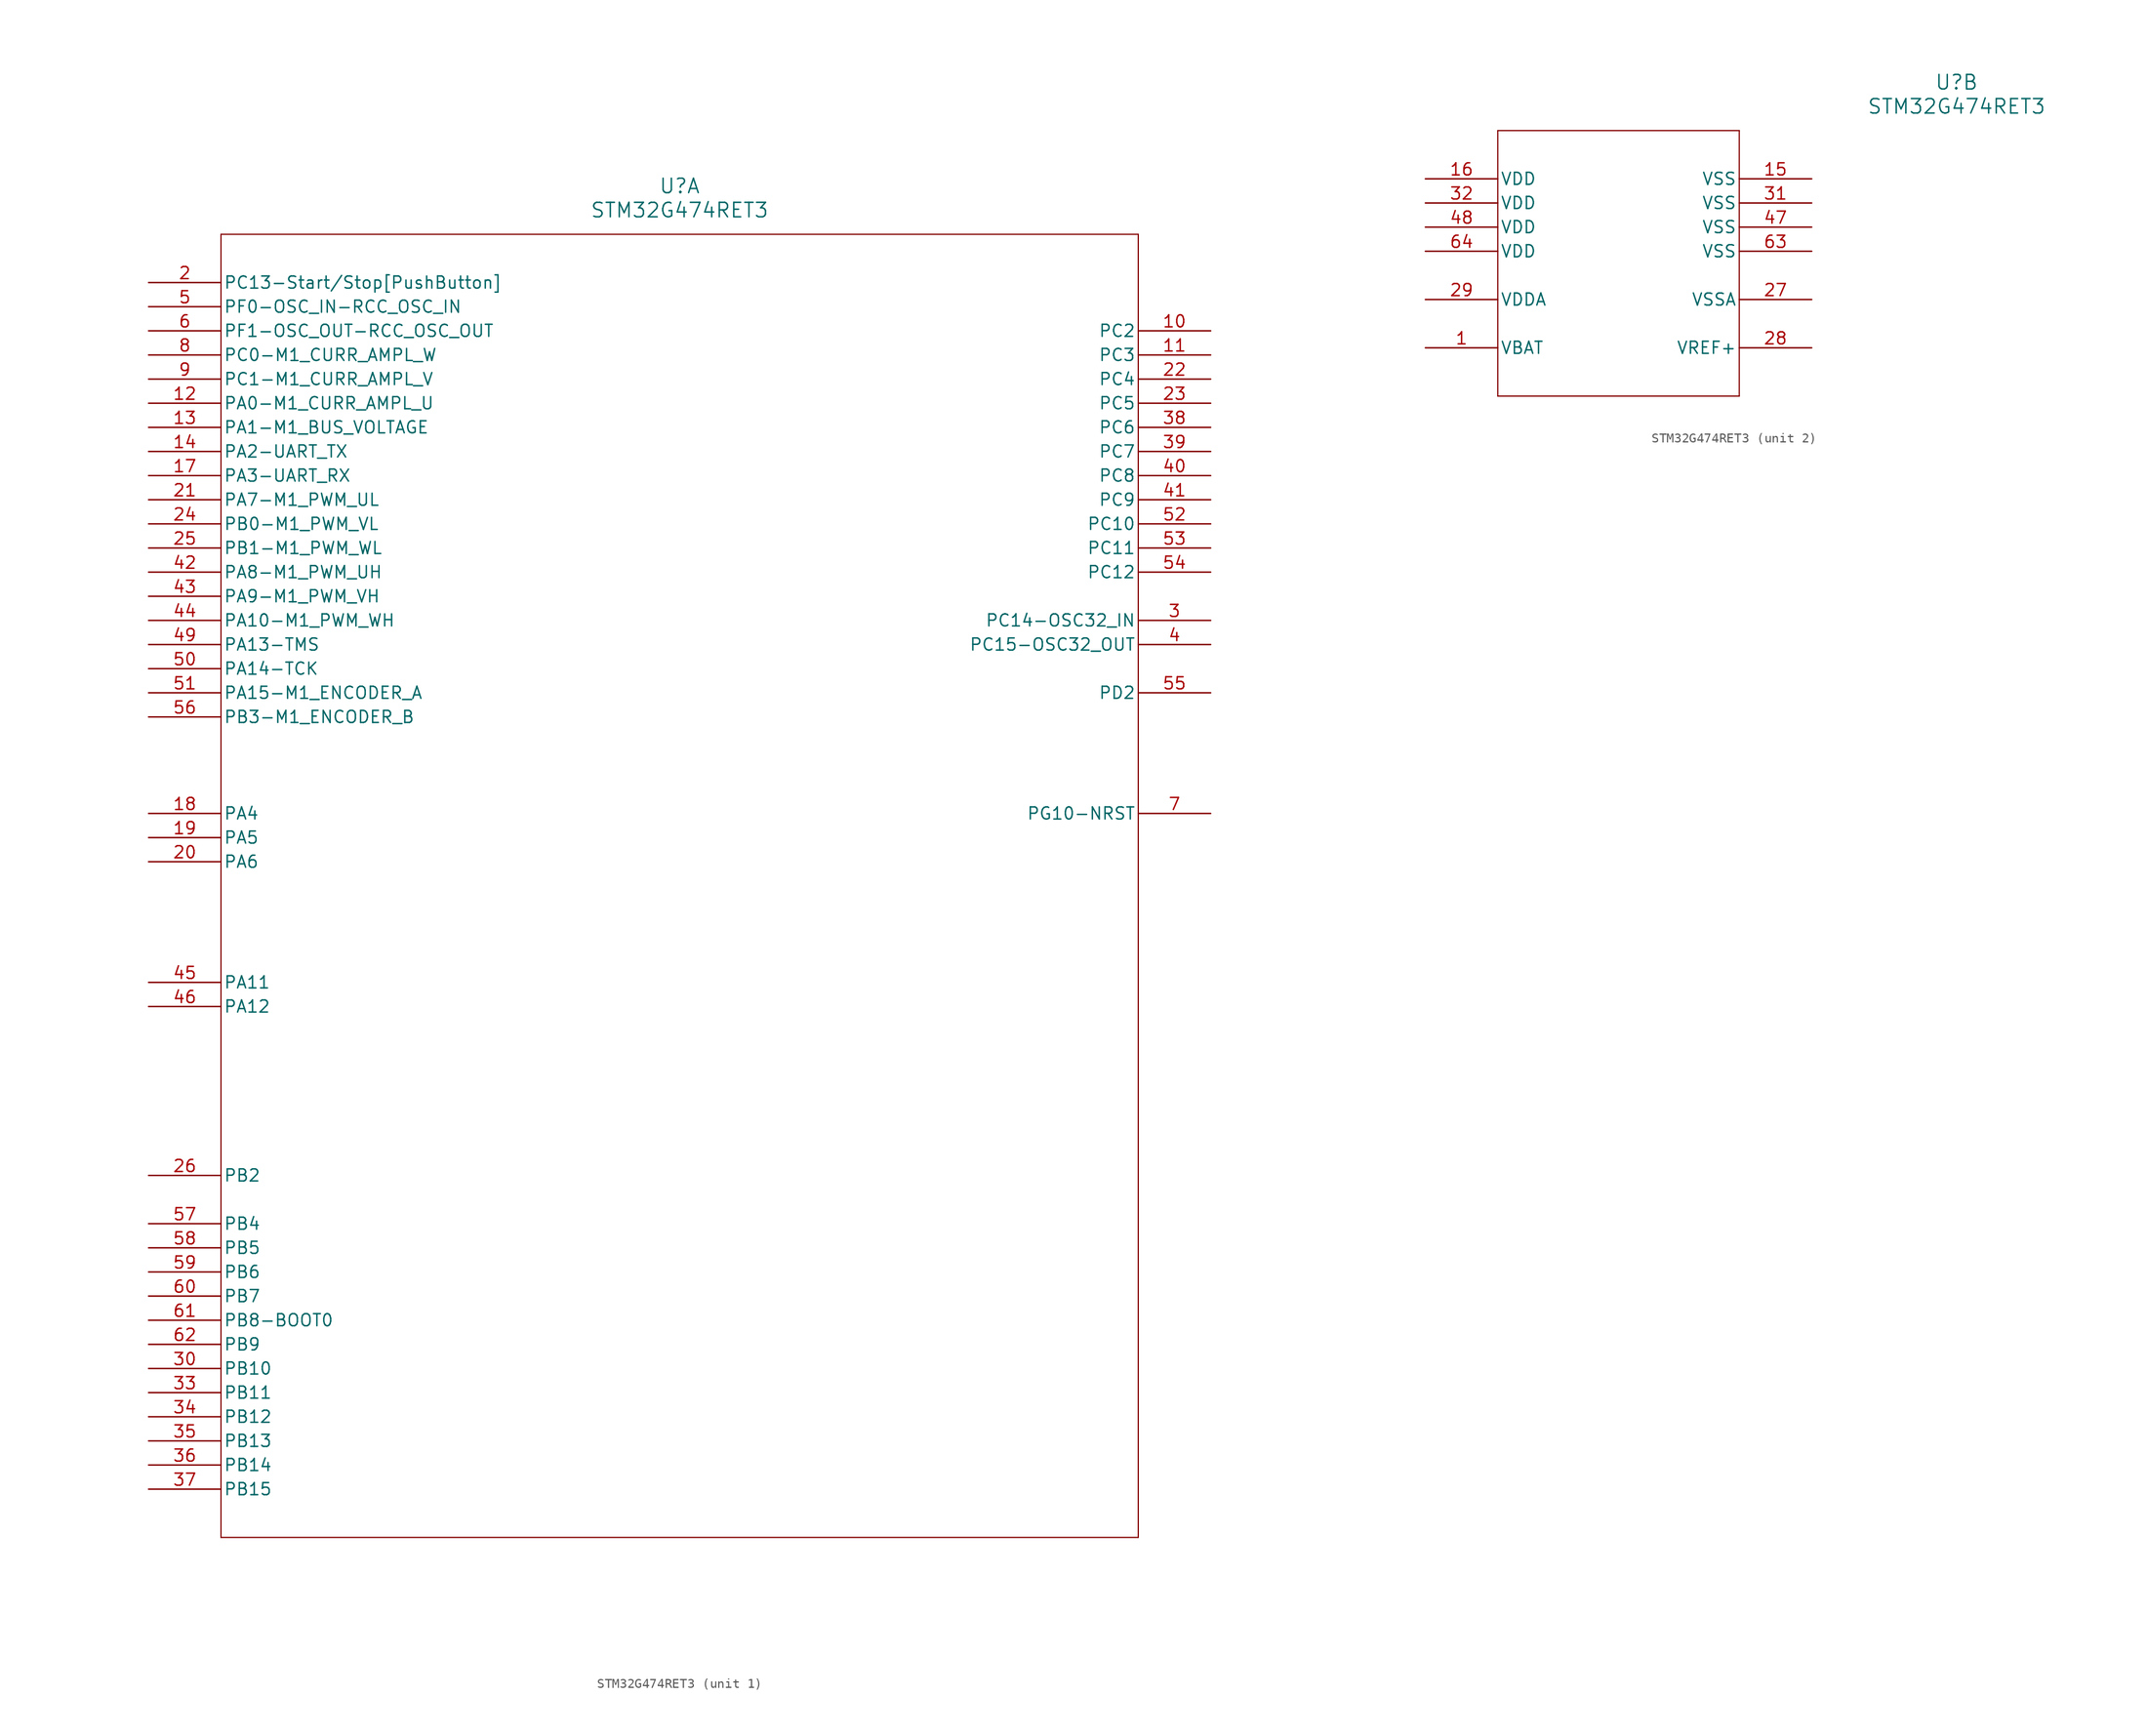
<source format=kicad_sym>
(kicad_symbol_lib
  (version 20211014)
  (generator kicad_symbol_editor)
  (symbol "STM32G474RET3"
    (pin_names
      (offset 0.254))
    (property "Reference" "U"
      (at 55.88 10.16 0)
      (effects (font (size 1.524 1.524))))
    (property "Value" "STM32G474RET3"
      (at 55.88 7.62 0)
      (effects (font (size 1.524 1.524))))
    (symbol "STM32G474RET3_1_1"
      (polyline (pts (xy 7.62 5.08) (xy 7.62 -132.08)) (stroke (width 0.127) (type default) (color 0 0 0 0)) (fill (type none)))
      (polyline (pts (xy 7.62 -132.08) (xy 104.14 -132.08)) (stroke (width 0.127) (type default) (color 0 0 0 0)) (fill (type none)))
      (polyline (pts (xy 104.14 -132.08) (xy 104.14 5.08)) (stroke (width 0.127) (type default) (color 0 0 0 0)) (fill (type none)))
      (polyline (pts (xy 104.14 5.08) (xy 7.62 5.08)) (stroke (width 0.127) (type default) (color 0 0 0 0)) (fill (type none)))
      (pin unspecified line (at 0 0 0) (length 7.62) (name "PC13-Start/Stop[PushButton]" (effects (font (size 1.27 1.27)))) (number "2" (effects (font (size 1.27 1.27)))))
      (pin bidirectional line (at 111.76 -35.56 180) (length 7.62) (name "PC14-OSC32_IN" (effects (font (size 1.27 1.27)))) (number "3" (effects (font (size 1.27 1.27)))))
      (pin bidirectional line (at 111.76 -38.1 180) (length 7.62) (name "PC15-OSC32_OUT" (effects (font (size 1.27 1.27)))) (number "4" (effects (font (size 1.27 1.27)))))
      (pin unspecified line (at 0 -2.54 0) (length 7.62) (name "PF0-OSC_IN-RCC_OSC_IN" (effects (font (size 1.27 1.27)))) (number "5" (effects (font (size 1.27 1.27)))))
      (pin unspecified line (at 0 -5.08 0) (length 7.62) (name "PF1-OSC_OUT-RCC_OSC_OUT" (effects (font (size 1.27 1.27)))) (number "6" (effects (font (size 1.27 1.27)))))
      (pin bidirectional line (at 111.76 -55.88 180) (length 7.62) (name "PG10-NRST" (effects (font (size 1.27 1.27)))) (number "7" (effects (font (size 1.27 1.27)))))
      (pin unspecified line (at 0 -7.62 0) (length 7.62) (name "PC0-M1_CURR_AMPL_W" (effects (font (size 1.27 1.27)))) (number "8" (effects (font (size 1.27 1.27)))))
      (pin unspecified line (at 0 -10.16 0) (length 7.62) (name "PC1-M1_CURR_AMPL_V" (effects (font (size 1.27 1.27)))) (number "9" (effects (font (size 1.27 1.27)))))
      (pin bidirectional line (at 111.76 -5.08 180) (length 7.62) (name "PC2" (effects (font (size 1.27 1.27)))) (number "10" (effects (font (size 1.27 1.27)))))
      (pin bidirectional line (at 111.76 -7.62 180) (length 7.62) (name "PC3" (effects (font (size 1.27 1.27)))) (number "11" (effects (font (size 1.27 1.27)))))
      (pin unspecified line (at 0 -12.7 0) (length 7.62) (name "PA0-M1_CURR_AMPL_U" (effects (font (size 1.27 1.27)))) (number "12" (effects (font (size 1.27 1.27)))))
      (pin unspecified line (at 0 -15.24 0) (length 7.62) (name "PA1-M1_BUS_VOLTAGE" (effects (font (size 1.27 1.27)))) (number "13" (effects (font (size 1.27 1.27)))))
      (pin unspecified line (at 0 -17.78 0) (length 7.62) (name "PA2-UART_TX" (effects (font (size 1.27 1.27)))) (number "14" (effects (font (size 1.27 1.27)))))
      (pin unspecified line (at 0 -20.32 0) (length 7.62) (name "PA3-UART_RX" (effects (font (size 1.27 1.27)))) (number "17" (effects (font (size 1.27 1.27)))))
      (pin bidirectional line (at 0 -55.88 0) (length 7.62) (name "PA4" (effects (font (size 1.27 1.27)))) (number "18" (effects (font (size 1.27 1.27)))))
      (pin bidirectional line (at 0 -58.42 0) (length 7.62) (name "PA5" (effects (font (size 1.27 1.27)))) (number "19" (effects (font (size 1.27 1.27)))))
      (pin bidirectional line (at 0 -60.96 0) (length 7.62) (name "PA6" (effects (font (size 1.27 1.27)))) (number "20" (effects (font (size 1.27 1.27)))))
      (pin unspecified line (at 0 -22.86 0) (length 7.62) (name "PA7-M1_PWM_UL" (effects (font (size 1.27 1.27)))) (number "21" (effects (font (size 1.27 1.27)))))
      (pin bidirectional line (at 111.76 -10.16 180) (length 7.62) (name "PC4" (effects (font (size 1.27 1.27)))) (number "22" (effects (font (size 1.27 1.27)))))
      (pin bidirectional line (at 111.76 -12.7 180) (length 7.62) (name "PC5" (effects (font (size 1.27 1.27)))) (number "23" (effects (font (size 1.27 1.27)))))
      (pin unspecified line (at 0 -25.4 0) (length 7.62) (name "PB0-M1_PWM_VL" (effects (font (size 1.27 1.27)))) (number "24" (effects (font (size 1.27 1.27)))))
      (pin unspecified line (at 0 -27.94 0) (length 7.62) (name "PB1-M1_PWM_WL" (effects (font (size 1.27 1.27)))) (number "25" (effects (font (size 1.27 1.27)))))
      (pin bidirectional line (at 0 -93.98 0) (length 7.62) (name "PB2" (effects (font (size 1.27 1.27)))) (number "26" (effects (font (size 1.27 1.27)))))
      (pin bidirectional line (at 0 -114.3 0) (length 7.62) (name "PB10" (effects (font (size 1.27 1.27)))) (number "30" (effects (font (size 1.27 1.27)))))
      (pin bidirectional line (at 0 -116.84 0) (length 7.62) (name "PB11" (effects (font (size 1.27 1.27)))) (number "33" (effects (font (size 1.27 1.27)))))
      (pin bidirectional line (at 0 -119.38 0) (length 7.62) (name "PB12" (effects (font (size 1.27 1.27)))) (number "34" (effects (font (size 1.27 1.27)))))
      (pin bidirectional line (at 0 -121.92 0) (length 7.62) (name "PB13" (effects (font (size 1.27 1.27)))) (number "35" (effects (font (size 1.27 1.27)))))
      (pin bidirectional line (at 0 -124.46 0) (length 7.62) (name "PB14" (effects (font (size 1.27 1.27)))) (number "36" (effects (font (size 1.27 1.27)))))
      (pin bidirectional line (at 0 -127 0) (length 7.62) (name "PB15" (effects (font (size 1.27 1.27)))) (number "37" (effects (font (size 1.27 1.27)))))
      (pin bidirectional line (at 111.76 -15.24 180) (length 7.62) (name "PC6" (effects (font (size 1.27 1.27)))) (number "38" (effects (font (size 1.27 1.27)))))
      (pin bidirectional line (at 111.76 -17.78 180) (length 7.62) (name "PC7" (effects (font (size 1.27 1.27)))) (number "39" (effects (font (size 1.27 1.27)))))
      (pin bidirectional line (at 111.76 -20.32 180) (length 7.62) (name "PC8" (effects (font (size 1.27 1.27)))) (number "40" (effects (font (size 1.27 1.27)))))
      (pin bidirectional line (at 111.76 -22.86 180) (length 7.62) (name "PC9" (effects (font (size 1.27 1.27)))) (number "41" (effects (font (size 1.27 1.27)))))
      (pin unspecified line (at 0 -30.48 0) (length 7.62) (name "PA8-M1_PWM_UH" (effects (font (size 1.27 1.27)))) (number "42" (effects (font (size 1.27 1.27)))))
      (pin unspecified line (at 0 -33.02 0) (length 7.62) (name "PA9-M1_PWM_VH" (effects (font (size 1.27 1.27)))) (number "43" (effects (font (size 1.27 1.27)))))
      (pin unspecified line (at 0 -35.56 0) (length 7.62) (name "PA10-M1_PWM_WH" (effects (font (size 1.27 1.27)))) (number "44" (effects (font (size 1.27 1.27)))))
      (pin bidirectional line (at 0 -73.66 0) (length 7.62) (name "PA11" (effects (font (size 1.27 1.27)))) (number "45" (effects (font (size 1.27 1.27)))))
      (pin bidirectional line (at 0 -76.2 0) (length 7.62) (name "PA12" (effects (font (size 1.27 1.27)))) (number "46" (effects (font (size 1.27 1.27)))))
      (pin unspecified line (at 0 -38.1 0) (length 7.62) (name "PA13-TMS" (effects (font (size 1.27 1.27)))) (number "49" (effects (font (size 1.27 1.27)))))
      (pin unspecified line (at 0 -40.64 0) (length 7.62) (name "PA14-TCK" (effects (font (size 1.27 1.27)))) (number "50" (effects (font (size 1.27 1.27)))))
      (pin unspecified line (at 0 -43.18 0) (length 7.62) (name "PA15-M1_ENCODER_A" (effects (font (size 1.27 1.27)))) (number "51" (effects (font (size 1.27 1.27)))))
      (pin bidirectional line (at 111.76 -25.4 180) (length 7.62) (name "PC10" (effects (font (size 1.27 1.27)))) (number "52" (effects (font (size 1.27 1.27)))))
      (pin bidirectional line (at 111.76 -27.94 180) (length 7.62) (name "PC11" (effects (font (size 1.27 1.27)))) (number "53" (effects (font (size 1.27 1.27)))))
      (pin bidirectional line (at 111.76 -30.48 180) (length 7.62) (name "PC12" (effects (font (size 1.27 1.27)))) (number "54" (effects (font (size 1.27 1.27)))))
      (pin bidirectional line (at 111.76 -43.18 180) (length 7.62) (name "PD2" (effects (font (size 1.27 1.27)))) (number "55" (effects (font (size 1.27 1.27)))))
      (pin unspecified line (at 0 -45.72 0) (length 7.62) (name "PB3-M1_ENCODER_B" (effects (font (size 1.27 1.27)))) (number "56" (effects (font (size 1.27 1.27)))))
      (pin bidirectional line (at 0 -99.06 0) (length 7.62) (name "PB4" (effects (font (size 1.27 1.27)))) (number "57" (effects (font (size 1.27 1.27)))))
      (pin bidirectional line (at 0 -101.6 0) (length 7.62) (name "PB5" (effects (font (size 1.27 1.27)))) (number "58" (effects (font (size 1.27 1.27)))))
      (pin bidirectional line (at 0 -104.14 0) (length 7.62) (name "PB6" (effects (font (size 1.27 1.27)))) (number "59" (effects (font (size 1.27 1.27)))))
      (pin bidirectional line (at 0 -106.68 0) (length 7.62) (name "PB7" (effects (font (size 1.27 1.27)))) (number "60" (effects (font (size 1.27 1.27)))))
      (pin bidirectional line (at 0 -109.22 0) (length 7.62) (name "PB8-BOOT0" (effects (font (size 1.27 1.27)))) (number "61" (effects (font (size 1.27 1.27)))))
      (pin bidirectional line (at 0 -111.76 0) (length 7.62) (name "PB9" (effects (font (size 1.27 1.27)))) (number "62" (effects (font (size 1.27 1.27))))))
    (symbol "STM32G474RET3_2_1"
      (polyline (pts (xy 7.62 5.08) (xy 7.62 -22.86)) (stroke (width 0.127) (type default) (color 0 0 0 0)) (fill (type none)))
      (polyline (pts (xy 7.62 -22.86) (xy 33.02 -22.86)) (stroke (width 0.127) (type default) (color 0 0 0 0)) (fill (type none)))
      (polyline (pts (xy 33.02 -22.86) (xy 33.02 5.08)) (stroke (width 0.127) (type default) (color 0 0 0 0)) (fill (type none)))
      (polyline (pts (xy 33.02 5.08) (xy 7.62 5.08)) (stroke (width 0.127) (type default) (color 0 0 0 0)) (fill (type none)))
      (pin power_in line (at 0 -17.78 0) (length 7.62) (name "VBAT" (effects (font (size 1.27 1.27)))) (number "1" (effects (font (size 1.27 1.27)))))
      (pin power_in line (at 40.64 0 180) (length 7.62) (name "VSS" (effects (font (size 1.27 1.27)))) (number "15" (effects (font (size 1.27 1.27)))))
      (pin power_in line (at 0 0 0) (length 7.62) (name "VDD" (effects (font (size 1.27 1.27)))) (number "16" (effects (font (size 1.27 1.27)))))
      (pin power_in line (at 40.64 -12.7 180) (length 7.62) (name "VSSA" (effects (font (size 1.27 1.27)))) (number "27" (effects (font (size 1.27 1.27)))))
      (pin power_in line (at 40.64 -17.78 180) (length 7.62) (name "VREF+" (effects (font (size 1.27 1.27)))) (number "28" (effects (font (size 1.27 1.27)))))
      (pin power_in line (at 0 -12.7 0) (length 7.62) (name "VDDA" (effects (font (size 1.27 1.27)))) (number "29" (effects (font (size 1.27 1.27)))))
      (pin power_in line (at 40.64 -2.54 180) (length 7.62) (name "VSS" (effects (font (size 1.27 1.27)))) (number "31" (effects (font (size 1.27 1.27)))))
      (pin power_in line (at 0 -2.54 0) (length 7.62) (name "VDD" (effects (font (size 1.27 1.27)))) (number "32" (effects (font (size 1.27 1.27)))))
      (pin power_in line (at 40.64 -5.08 180) (length 7.62) (name "VSS" (effects (font (size 1.27 1.27)))) (number "47" (effects (font (size 1.27 1.27)))))
      (pin power_in line (at 0 -5.08 0) (length 7.62) (name "VDD" (effects (font (size 1.27 1.27)))) (number "48" (effects (font (size 1.27 1.27)))))
      (pin power_in line (at 40.64 -7.62 180) (length 7.62) (name "VSS" (effects (font (size 1.27 1.27)))) (number "63" (effects (font (size 1.27 1.27)))))
      (pin power_in line (at 0 -7.62 0) (length 7.62) (name "VDD" (effects (font (size 1.27 1.27)))) (number "64" (effects (font (size 1.27 1.27))))))))
</source>
